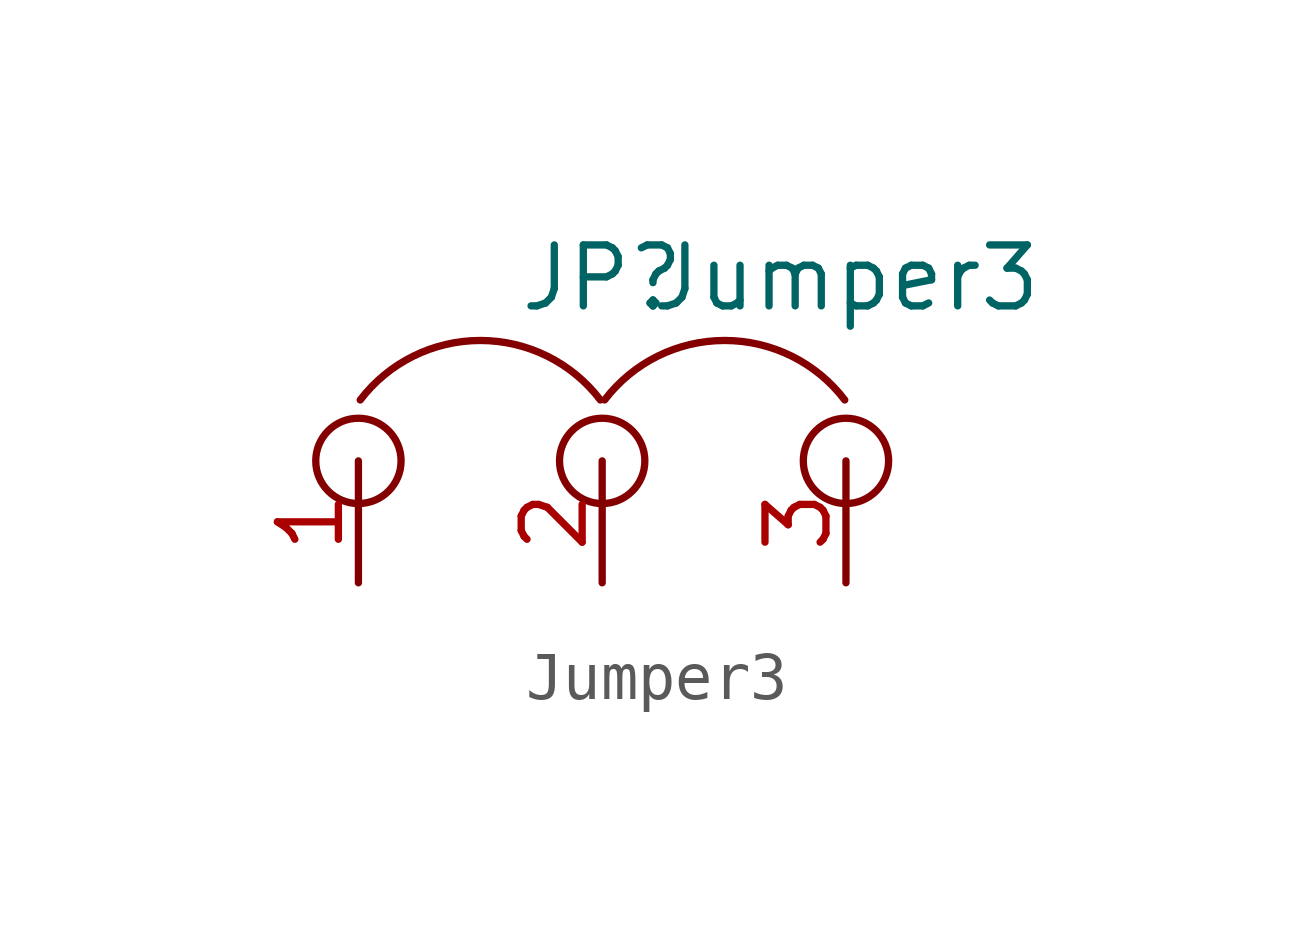
<source format=kicad_sym>
(kicad_symbol_lib
  (version 20211014)
  (generator kicad_symbol_editor)
  (symbol "Jumper3"
    (pin_names
      (offset 0.762) hide)
    (property "Reference" "JP"
      (at -2.54 3.81 0)
      (effects (font (size 1.27 1.27))))
    (property "Value" "Jumper3"
      (at 2.54 3.81 0)
      (effects (font (size 1.27 1.27))))
    (symbol "Jumper3_0_0"
      (pin passive line (at 2.54 -2.54 90) (length 2.54) (name "3" (effects (font (size 1.27 1.27)))) (number "3" (effects (font (size 1.27 1.27))))))
    (symbol "Jumper3_0_1"
      (circle (center -7.62 0) (radius 0.889) (stroke (width 0) (type default) (color 0 0 0 0)) (fill (type none)))
      (arc (start -2.5781 1.2697) (mid -5.08 2.5094) (end -7.5819 1.2697) (stroke (width 0) (type default) (color 0 0 0 0)) (fill (type none)))
      (circle (center -2.54 0) (radius 0.889) (stroke (width 0) (type default) (color 0 0 0 0)) (fill (type none)))
      (arc (start 2.5146 1.27) (mid 0.0078 2.5097) (end -2.4892 1.27) (stroke (width 0) (type default) (color 0 0 0 0)) (fill (type none)))
      (circle (center 2.54 0) (radius 0.889) (stroke (width 0) (type default) (color 0 0 0 0)) (fill (type none)))
      (pin passive line (at -7.62 -2.54 90) (length 2.54) (name "1" (effects (font (size 1.27 1.27)))) (number "1" (effects (font (size 1.27 1.27)))))
      (pin passive line (at -2.54 -2.54 90) (length 2.54) (name "2" (effects (font (size 1.27 1.27)))) (number "2" (effects (font (size 1.27 1.27))))))))
</source>
